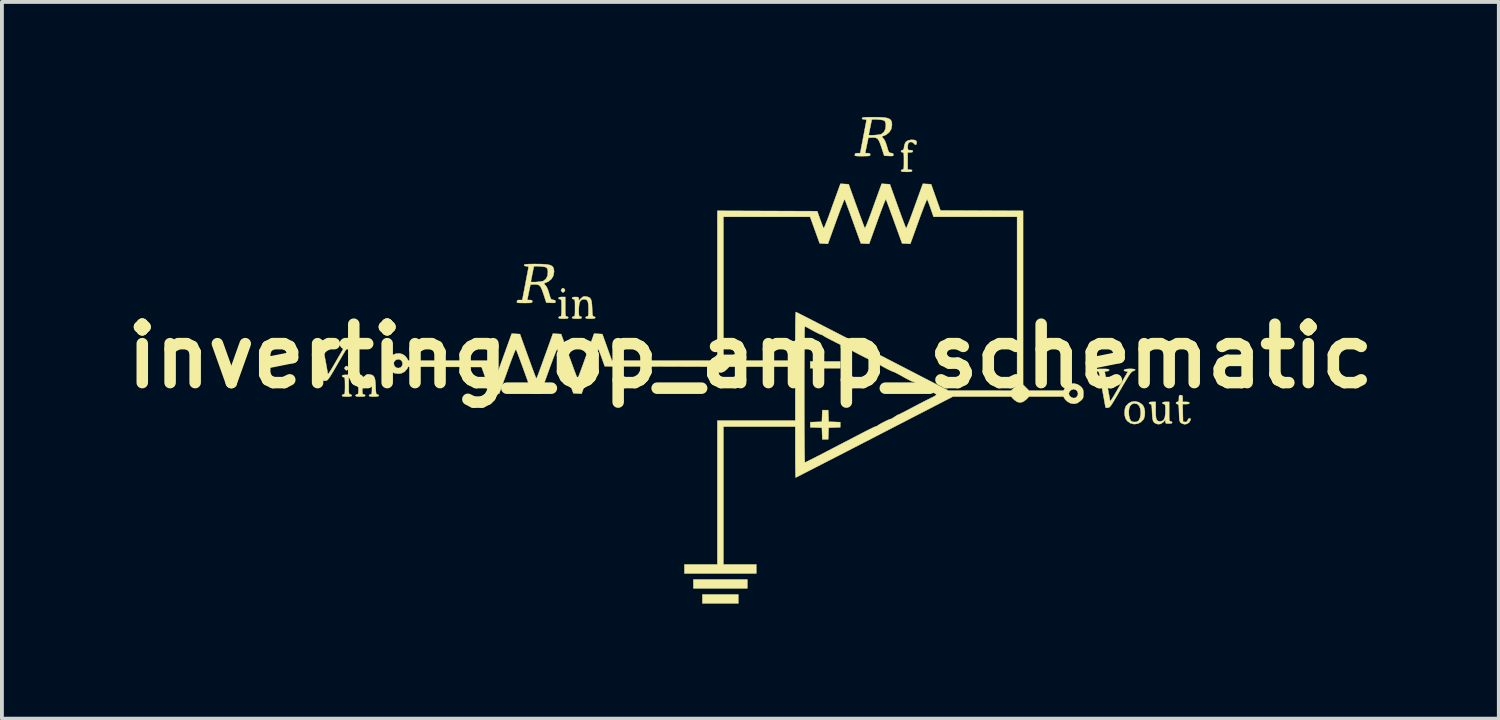
<source format=kicad_pcb>
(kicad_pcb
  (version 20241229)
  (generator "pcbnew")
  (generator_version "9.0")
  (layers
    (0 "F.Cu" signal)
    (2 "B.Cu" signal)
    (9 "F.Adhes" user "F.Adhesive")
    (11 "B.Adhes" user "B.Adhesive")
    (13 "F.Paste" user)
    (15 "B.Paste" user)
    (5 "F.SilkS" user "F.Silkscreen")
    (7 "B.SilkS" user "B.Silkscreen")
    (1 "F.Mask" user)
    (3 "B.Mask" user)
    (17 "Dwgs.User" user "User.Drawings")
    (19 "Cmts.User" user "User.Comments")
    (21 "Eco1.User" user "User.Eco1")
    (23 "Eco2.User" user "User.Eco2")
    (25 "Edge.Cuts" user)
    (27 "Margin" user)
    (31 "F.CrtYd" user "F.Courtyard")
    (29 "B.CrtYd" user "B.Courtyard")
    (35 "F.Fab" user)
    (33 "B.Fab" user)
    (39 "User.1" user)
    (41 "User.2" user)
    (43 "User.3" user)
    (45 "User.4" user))
  (footprint "inverting_op_amp_schematic"
    (layer "F.Cu")
    (at 16.517 6.238)
    (property "Reference" "inverting_op_amp_schematic" (at 0 0 0) (layer "F.SilkS") (effects (font (size 1.524 1.524) (thickness 0.3))))
    (attr through_hole)
    (fp_poly (pts (xy -0.313 6.448) (xy -1.25 6.448) (xy -1.25 6.213) (xy -0.313 6.213) (xy -0.313 6.448)) (stroke (width 0.01) (type solid)) (fill yes) (layer "F.SilkS"))
    (fp_poly (pts (xy -0.078 6.057) (xy -1.485 6.057) (xy -1.485 5.822) (xy -0.078 5.822) (xy -0.078 6.057)) (stroke (width 0.01) (type solid)) (fill yes) (layer "F.SilkS"))
    (fp_poly (pts (xy 2.345 0.313) (xy 1.563 0.313) (xy 1.563 0.137) (xy 2.345 0.137) (xy 2.345 0.313)) (stroke (width 0.01) (type solid)) (fill yes) (layer "F.SilkS"))
    (fp_poly (pts (xy -10.514 0.264) (xy -10.499 0.278) (xy -10.477 0.308) (xy -10.487 0.336) (xy -10.491 0.341) (xy -10.519 0.366) (xy -10.531 0.371) (xy -10.554 0.358) (xy -10.571 0.341) (xy -10.585 0.312) (xy -10.569 0.284) (xy -10.564 0.278) (xy -10.536 0.256) (xy -10.514 0.264)) (stroke (width 0.01) (type solid)) (fill yes) (layer "F.SilkS"))
    (fp_poly (pts (xy -4.867 -1.768) (xy -4.852 -1.754) (xy -4.831 -1.724) (xy -4.841 -1.696) (xy -4.845 -1.691) (xy -4.872 -1.666) (xy -4.885 -1.661) (xy -4.908 -1.674) (xy -4.925 -1.691) (xy -4.939 -1.72) (xy -4.922 -1.748) (xy -4.917 -1.754) (xy -4.89 -1.776) (xy -4.867 -1.768)) (stroke (width 0.01) (type solid)) (fill yes) (layer "F.SilkS"))
    (fp_poly (pts (xy 2.036 1.558) (xy 2.042 1.71) (xy 2.193 1.715) (xy 2.345 1.721) (xy 2.345 1.855) (xy 2.193 1.86) (xy 2.042 1.866) (xy 2.036 2.017) (xy 2.03 2.169) (xy 1.877 2.169) (xy 1.866 1.866) (xy 1.714 1.86) (xy 1.563 1.855) (xy 1.563 1.721) (xy 1.714 1.715) (xy 1.866 1.71) (xy 1.877 1.407) (xy 2.03 1.407) (xy 2.036 1.558)) (stroke (width 0.01) (type solid)) (fill yes) (layer "F.SilkS"))
    (fp_poly (pts (xy -10.473 0.742) (xy -10.472 0.846) (xy -10.471 0.917) (xy -10.467 0.961) (xy -10.46 0.985) (xy -10.448 0.995) (xy -10.434 0.996) (xy -10.402 1.009) (xy -10.394 1.026) (xy -10.403 1.042) (xy -10.433 1.051) (xy -10.493 1.055) (xy -10.521 1.055) (xy -10.593 1.053) (xy -10.632 1.046) (xy -10.648 1.032) (xy -10.648 1.026) (xy -10.632 1.002) (xy -10.609 0.996) (xy -10.593 0.994) (xy -10.581 0.983) (xy -10.575 0.955) (xy -10.572 0.905) (xy -10.57 0.827) (xy -10.57 0.772) (xy -10.571 0.675) (xy -10.573 0.611) (xy -10.577 0.573) (xy -10.586 0.554) (xy -10.6 0.548) (xy -10.609 0.547) (xy -10.641 0.535) (xy -10.648 0.518) (xy -10.637 0.498) (xy -10.598 0.49) (xy -10.561 0.488) (xy -10.473 0.488) (xy -10.473 0.742)) (stroke (width 0.01) (type solid)) (fill yes) (layer "F.SilkS"))
    (fp_poly (pts (xy -4.826 -1.29) (xy -4.826 -1.186) (xy -4.824 -1.115) (xy -4.82 -1.071) (xy -4.813 -1.047) (xy -4.802 -1.037) (xy -4.787 -1.036) (xy -4.755 -1.023) (xy -4.748 -1.006) (xy -4.756 -0.99) (xy -4.787 -0.981) (xy -4.846 -0.977) (xy -4.875 -0.977) (xy -4.946 -0.979) (xy -4.986 -0.986) (xy -5.001 -1) (xy -5.002 -1.006) (xy -4.986 -1.03) (xy -4.963 -1.036) (xy -4.946 -1.038) (xy -4.935 -1.049) (xy -4.928 -1.077) (xy -4.925 -1.127) (xy -4.924 -1.205) (xy -4.924 -1.26) (xy -4.924 -1.357) (xy -4.926 -1.421) (xy -4.931 -1.459) (xy -4.94 -1.478) (xy -4.953 -1.484) (xy -4.963 -1.485) (xy -4.995 -1.497) (xy -5.002 -1.514) (xy -4.99 -1.534) (xy -4.951 -1.542) (xy -4.914 -1.544) (xy -4.826 -1.544) (xy -4.826 -1.29)) (stroke (width 0.01) (type solid)) (fill yes) (layer "F.SilkS"))
    (fp_poly (pts (xy 10.128 1.2) (xy 10.209 1.253) (xy 10.247 1.296) (xy 10.274 1.359) (xy 10.288 1.443) (xy 10.286 1.532) (xy 10.269 1.611) (xy 10.253 1.647) (xy 10.185 1.718) (xy 10.1 1.761) (xy 10.008 1.772) (xy 9.917 1.75) (xy 9.907 1.745) (xy 9.83 1.691) (xy 9.783 1.624) (xy 9.762 1.534) (xy 9.759 1.478) (xy 9.761 1.458) (xy 9.867 1.458) (xy 9.873 1.542) (xy 9.89 1.619) (xy 9.917 1.678) (xy 9.95 1.706) (xy 10.009 1.717) (xy 10.073 1.712) (xy 10.091 1.707) (xy 10.132 1.672) (xy 10.162 1.607) (xy 10.178 1.519) (xy 10.18 1.475) (xy 10.169 1.368) (xy 10.137 1.29) (xy 10.085 1.245) (xy 10.015 1.232) (xy 9.975 1.239) (xy 9.932 1.264) (xy 9.897 1.308) (xy 9.875 1.376) (xy 9.867 1.458) (xy 9.761 1.458) (xy 9.767 1.379) (xy 9.789 1.312) (xy 9.794 1.304) (xy 9.862 1.231) (xy 9.946 1.189) (xy 10.037 1.179) (xy 10.128 1.2)) (stroke (width 0.01) (type solid)) (fill yes) (layer "F.SilkS"))
    (fp_poly (pts (xy 11.255 1.02) (xy 11.269 1.038) (xy 11.274 1.08) (xy 11.274 1.104) (xy 11.274 1.192) (xy 11.362 1.192) (xy 11.42 1.196) (xy 11.446 1.209) (xy 11.45 1.221) (xy 11.438 1.24) (xy 11.399 1.249) (xy 11.361 1.25) (xy 11.272 1.25) (xy 11.278 1.48) (xy 11.283 1.71) (xy 11.337 1.716) (xy 11.378 1.713) (xy 11.398 1.685) (xy 11.402 1.672) (xy 11.426 1.631) (xy 11.453 1.622) (xy 11.48 1.629) (xy 11.48 1.659) (xy 11.478 1.666) (xy 11.442 1.729) (xy 11.385 1.766) (xy 11.317 1.776) (xy 11.249 1.753) (xy 11.232 1.741) (xy 11.212 1.722) (xy 11.198 1.698) (xy 11.19 1.663) (xy 11.184 1.607) (xy 11.181 1.523) (xy 11.179 1.477) (xy 11.176 1.38) (xy 11.172 1.315) (xy 11.166 1.276) (xy 11.156 1.257) (xy 11.142 1.251) (xy 11.135 1.25) (xy 11.105 1.238) (xy 11.098 1.221) (xy 11.114 1.197) (xy 11.137 1.192) (xy 11.161 1.186) (xy 11.173 1.162) (xy 11.176 1.11) (xy 11.176 1.104) (xy 11.178 1.05) (xy 11.188 1.024) (xy 11.212 1.016) (xy 11.225 1.016) (xy 11.255 1.02)) (stroke (width 0.01) (type solid)) (fill yes) (layer "F.SilkS"))
    (fp_poly (pts (xy 10.57 1.415) (xy 10.572 1.527) (xy 10.579 1.606) (xy 10.594 1.657) (xy 10.618 1.685) (xy 10.654 1.698) (xy 10.688 1.7) (xy 10.745 1.688) (xy 10.786 1.651) (xy 10.811 1.585) (xy 10.823 1.487) (xy 10.824 1.424) (xy 10.824 1.341) (xy 10.82 1.29) (xy 10.813 1.263) (xy 10.8 1.252) (xy 10.785 1.25) (xy 10.753 1.238) (xy 10.746 1.221) (xy 10.758 1.202) (xy 10.797 1.193) (xy 10.834 1.192) (xy 10.922 1.192) (xy 10.922 1.446) (xy 10.922 1.55) (xy 10.924 1.62) (xy 10.928 1.665) (xy 10.935 1.688) (xy 10.946 1.698) (xy 10.961 1.7) (xy 10.993 1.712) (xy 11 1.729) (xy 10.989 1.748) (xy 10.95 1.757) (xy 10.912 1.758) (xy 10.858 1.756) (xy 10.832 1.746) (xy 10.825 1.723) (xy 10.824 1.711) (xy 10.824 1.664) (xy 10.767 1.721) (xy 10.702 1.766) (xy 10.632 1.774) (xy 10.579 1.759) (xy 10.54 1.738) (xy 10.512 1.708) (xy 10.494 1.661) (xy 10.483 1.591) (xy 10.477 1.49) (xy 10.476 1.463) (xy 10.472 1.369) (xy 10.467 1.308) (xy 10.46 1.272) (xy 10.45 1.255) (xy 10.434 1.251) (xy 10.431 1.25) (xy 10.401 1.238) (xy 10.394 1.221) (xy 10.406 1.202) (xy 10.445 1.193) (xy 10.482 1.192) (xy 10.57 1.192) (xy 10.57 1.415)) (stroke (width 0.01) (type solid)) (fill yes) (layer "F.SilkS"))
    (fp_poly (pts (xy 4.27 -5.639) (xy 4.277 -5.637) (xy 4.32 -5.621) (xy 4.336 -5.592) (xy 4.338 -5.567) (xy 4.328 -5.522) (xy 4.304 -5.512) (xy 4.272 -5.537) (xy 4.264 -5.549) (xy 4.224 -5.58) (xy 4.172 -5.586) (xy 4.127 -5.565) (xy 4.112 -5.531) (xy 4.104 -5.477) (xy 4.103 -5.457) (xy 4.105 -5.405) (xy 4.116 -5.38) (xy 4.145 -5.373) (xy 4.171 -5.373) (xy 4.222 -5.367) (xy 4.24 -5.346) (xy 4.24 -5.344) (xy 4.225 -5.322) (xy 4.178 -5.315) (xy 4.171 -5.314) (xy 4.103 -5.314) (xy 4.103 -4.865) (xy 4.162 -4.865) (xy 4.208 -4.856) (xy 4.22 -4.836) (xy 4.213 -4.82) (xy 4.185 -4.811) (xy 4.13 -4.807) (xy 4.074 -4.806) (xy 3.996 -4.808) (xy 3.951 -4.814) (xy 3.931 -4.825) (xy 3.927 -4.836) (xy 3.944 -4.86) (xy 3.966 -4.865) (xy 3.983 -4.867) (xy 3.994 -4.879) (xy 4.001 -4.906) (xy 4.004 -4.956) (xy 4.005 -5.035) (xy 4.005 -5.09) (xy 4.005 -5.186) (xy 4.003 -5.25) (xy 3.998 -5.289) (xy 3.99 -5.308) (xy 3.976 -5.314) (xy 3.966 -5.314) (xy 3.934 -5.327) (xy 3.927 -5.344) (xy 3.943 -5.368) (xy 3.964 -5.373) (xy 3.988 -5.382) (xy 4.003 -5.413) (xy 4.01 -5.462) (xy 4.024 -5.525) (xy 4.046 -5.577) (xy 4.055 -5.588) (xy 4.11 -5.624) (xy 4.187 -5.642) (xy 4.27 -5.639)) (stroke (width 0.01) (type solid)) (fill yes) (layer "F.SilkS"))
    (fp_poly (pts (xy -10.406 -0.369) (xy -10.369 -0.359) (xy -10.36 -0.347) (xy -10.384 -0.325) (xy -10.421 -0.313) (xy -10.439 -0.306) (xy -10.46 -0.289) (xy -10.485 -0.258) (xy -10.519 -0.211) (xy -10.562 -0.143) (xy -10.618 -0.05) (xy -10.689 0.071) (xy -10.744 0.166) (xy -10.824 0.305) (xy -10.888 0.413) (xy -10.937 0.495) (xy -10.975 0.554) (xy -11.005 0.594) (xy -11.027 0.62) (xy -11.047 0.633) (xy -11.065 0.64) (xy -11.076 0.641) (xy -11.118 0.641) (xy -11.137 0.633) (xy -11.137 0.632) (xy -11.14 0.609) (xy -11.15 0.555) (xy -11.164 0.476) (xy -11.182 0.378) (xy -11.202 0.268) (xy -11.223 0.154) (xy -11.244 0.04) (xy -11.264 -0.065) (xy -11.281 -0.155) (xy -11.295 -0.225) (xy -11.303 -0.266) (xy -11.304 -0.269) (xy -11.326 -0.304) (xy -11.362 -0.313) (xy -11.401 -0.323) (xy -11.41 -0.342) (xy -11.404 -0.356) (xy -11.38 -0.365) (xy -11.331 -0.369) (xy -11.252 -0.371) (xy -11.225 -0.371) (xy -11.136 -0.37) (xy -11.08 -0.366) (xy -11.05 -0.359) (xy -11.04 -0.346) (xy -11.039 -0.342) (xy -11.057 -0.319) (xy -11.098 -0.313) (xy -11.139 -0.308) (xy -11.156 -0.298) (xy -11.156 -0.298) (xy -11.153 -0.275) (xy -11.143 -0.22) (xy -11.128 -0.139) (xy -11.11 -0.038) (xy -11.088 0.075) (xy -11.066 0.19) (xy -11.048 0.291) (xy -11.033 0.374) (xy -11.023 0.43) (xy -11.02 0.455) (xy -11.017 0.466) (xy -11.007 0.462) (xy -10.988 0.438) (xy -10.958 0.394) (xy -10.915 0.324) (xy -10.858 0.227) (xy -10.784 0.1) (xy -10.764 0.066) (xy -10.551 -0.303) (xy -10.608 -0.309) (xy -10.649 -0.32) (xy -10.656 -0.341) (xy -10.655 -0.343) (xy -10.633 -0.357) (xy -10.586 -0.367) (xy -10.526 -0.372) (xy -10.462 -0.373) (xy -10.406 -0.369)) (stroke (width 0.01) (type solid)) (fill yes) (layer "F.SilkS"))
    (fp_poly (pts (xy 9.992 0.335) (xy 10.029 0.344) (xy 10.038 0.357) (xy 10.014 0.378) (xy 9.977 0.391) (xy 9.959 0.398) (xy 9.939 0.415) (xy 9.913 0.445) (xy 9.879 0.492) (xy 9.836 0.561) (xy 9.78 0.654) (xy 9.709 0.774) (xy 9.654 0.869) (xy 9.574 1.008) (xy 9.51 1.116) (xy 9.461 1.198) (xy 9.423 1.258) (xy 9.394 1.298) (xy 9.371 1.323) (xy 9.351 1.337) (xy 9.333 1.343) (xy 9.322 1.345) (xy 9.28 1.344) (xy 9.261 1.336) (xy 9.261 1.335) (xy 9.258 1.313) (xy 9.248 1.259) (xy 9.234 1.179) (xy 9.216 1.081) (xy 9.196 0.972) (xy 9.175 0.857) (xy 9.154 0.744) (xy 9.134 0.638) (xy 9.117 0.548) (xy 9.104 0.479) (xy 9.095 0.438) (xy 9.095 0.435) (xy 9.073 0.399) (xy 9.036 0.391) (xy 8.997 0.381) (xy 8.988 0.361) (xy 8.994 0.347) (xy 9.019 0.339) (xy 9.067 0.334) (xy 9.146 0.332) (xy 9.173 0.332) (xy 9.262 0.333) (xy 9.318 0.337) (xy 9.348 0.345) (xy 9.359 0.357) (xy 9.359 0.361) (xy 9.341 0.385) (xy 9.3 0.391) (xy 9.259 0.395) (xy 9.242 0.405) (xy 9.242 0.406) (xy 9.245 0.429) (xy 9.255 0.484) (xy 9.27 0.565) (xy 9.289 0.665) (xy 9.31 0.779) (xy 9.332 0.893) (xy 9.35 0.995) (xy 9.365 1.077) (xy 9.375 1.134) (xy 9.378 1.159) (xy 9.381 1.17) (xy 9.391 1.165) (xy 9.41 1.142) (xy 9.44 1.097) (xy 9.483 1.028) (xy 9.54 0.931) (xy 9.614 0.803) (xy 9.634 0.769) (xy 9.847 0.401) (xy 9.79 0.394) (xy 9.749 0.384) (xy 9.742 0.362) (xy 9.743 0.36) (xy 9.765 0.346) (xy 9.812 0.336) (xy 9.872 0.331) (xy 9.936 0.33) (xy 9.992 0.335)) (stroke (width 0.01) (type solid)) (fill yes) (layer "F.SilkS"))
    (fp_poly (pts (xy -9.931 0.476) (xy -9.871 0.49) (xy -9.829 0.514) (xy -9.802 0.556) (xy -9.785 0.619) (xy -9.775 0.712) (xy -9.772 0.782) (xy -9.768 0.876) (xy -9.764 0.938) (xy -9.757 0.974) (xy -9.747 0.992) (xy -9.731 0.996) (xy -9.728 0.996) (xy -9.698 1.009) (xy -9.691 1.026) (xy -9.7 1.042) (xy -9.73 1.051) (xy -9.789 1.055) (xy -9.818 1.055) (xy -9.889 1.053) (xy -9.929 1.046) (xy -9.944 1.032) (xy -9.945 1.026) (xy -9.929 1.002) (xy -9.906 0.996) (xy -9.888 0.994) (xy -9.877 0.981) (xy -9.87 0.951) (xy -9.868 0.896) (xy -9.867 0.81) (xy -9.867 0.804) (xy -9.87 0.697) (xy -9.88 0.624) (xy -9.901 0.578) (xy -9.935 0.554) (xy -9.984 0.547) (xy -9.989 0.547) (xy -10.045 0.56) (xy -10.085 0.6) (xy -10.109 0.671) (xy -10.12 0.775) (xy -10.121 0.823) (xy -10.12 0.906) (xy -10.117 0.957) (xy -10.11 0.984) (xy -10.097 0.995) (xy -10.082 0.996) (xy -10.05 1.009) (xy -10.043 1.026) (xy -10.051 1.042) (xy -10.082 1.051) (xy -10.141 1.055) (xy -10.17 1.055) (xy -10.241 1.053) (xy -10.281 1.046) (xy -10.296 1.032) (xy -10.297 1.026) (xy -10.28 1.002) (xy -10.258 0.996) (xy -10.241 0.994) (xy -10.23 0.983) (xy -10.223 0.955) (xy -10.22 0.905) (xy -10.219 0.827) (xy -10.219 0.772) (xy -10.219 0.675) (xy -10.221 0.611) (xy -10.226 0.573) (xy -10.234 0.554) (xy -10.248 0.548) (xy -10.258 0.547) (xy -10.29 0.535) (xy -10.297 0.518) (xy -10.285 0.498) (xy -10.246 0.49) (xy -10.209 0.488) (xy -10.155 0.491) (xy -10.129 0.501) (xy -10.121 0.524) (xy -10.121 0.536) (xy -10.121 0.583) (xy -10.061 0.524) (xy -10.017 0.486) (xy -9.978 0.472) (xy -9.931 0.476)) (stroke (width 0.01) (type solid)) (fill yes) (layer "F.SilkS"))
    (fp_poly (pts (xy -4.284 -1.556) (xy -4.225 -1.542) (xy -4.183 -1.518) (xy -4.155 -1.476) (xy -4.138 -1.413) (xy -4.129 -1.32) (xy -4.126 -1.25) (xy -4.122 -1.156) (xy -4.117 -1.094) (xy -4.11 -1.058) (xy -4.1 -1.04) (xy -4.085 -1.036) (xy -4.081 -1.036) (xy -4.051 -1.023) (xy -4.044 -1.006) (xy -4.053 -0.99) (xy -4.083 -0.981) (xy -4.143 -0.977) (xy -4.171 -0.977) (xy -4.243 -0.979) (xy -4.282 -0.986) (xy -4.298 -1) (xy -4.298 -1.006) (xy -4.282 -1.03) (xy -4.259 -1.036) (xy -4.241 -1.038) (xy -4.23 -1.051) (xy -4.224 -1.081) (xy -4.221 -1.136) (xy -4.22 -1.222) (xy -4.22 -1.228) (xy -4.223 -1.335) (xy -4.234 -1.408) (xy -4.255 -1.454) (xy -4.288 -1.478) (xy -4.338 -1.485) (xy -4.343 -1.485) (xy -4.398 -1.472) (xy -4.438 -1.432) (xy -4.463 -1.361) (xy -4.473 -1.257) (xy -4.474 -1.209) (xy -4.474 -1.126) (xy -4.47 -1.075) (xy -4.463 -1.048) (xy -4.45 -1.037) (xy -4.435 -1.036) (xy -4.403 -1.023) (xy -4.396 -1.006) (xy -4.405 -0.99) (xy -4.435 -0.981) (xy -4.494 -0.977) (xy -4.523 -0.977) (xy -4.594 -0.979) (xy -4.634 -0.986) (xy -4.649 -1) (xy -4.65 -1.006) (xy -4.634 -1.03) (xy -4.611 -1.036) (xy -4.594 -1.038) (xy -4.583 -1.049) (xy -4.576 -1.077) (xy -4.573 -1.127) (xy -4.572 -1.205) (xy -4.572 -1.26) (xy -4.572 -1.357) (xy -4.574 -1.421) (xy -4.579 -1.459) (xy -4.588 -1.478) (xy -4.602 -1.484) (xy -4.611 -1.485) (xy -4.643 -1.497) (xy -4.65 -1.514) (xy -4.639 -1.534) (xy -4.6 -1.542) (xy -4.562 -1.544) (xy -4.508 -1.541) (xy -4.482 -1.531) (xy -4.475 -1.508) (xy -4.474 -1.496) (xy -4.474 -1.449) (xy -4.415 -1.508) (xy -4.371 -1.546) (xy -4.331 -1.56) (xy -4.284 -1.556)) (stroke (width 0.01) (type solid)) (fill yes) (layer "F.SilkS"))
    (fp_poly (pts (xy -5.438 -2.401) (xy -5.324 -2.394) (xy -5.24 -2.38) (xy -5.182 -2.357) (xy -5.145 -2.322) (xy -5.126 -2.275) (xy -5.119 -2.214) (xy -5.119 -2.199) (xy -5.137 -2.096) (xy -5.189 -2.01) (xy -5.273 -1.943) (xy -5.36 -1.906) (xy -5.381 -1.896) (xy -5.375 -1.88) (xy -5.346 -1.851) (xy -5.309 -1.801) (xy -5.273 -1.717) (xy -5.25 -1.641) (xy -5.227 -1.562) (xy -5.209 -1.512) (xy -5.192 -1.486) (xy -5.17 -1.474) (xy -5.142 -1.469) (xy -5.096 -1.458) (xy -5.08 -1.432) (xy -5.08 -1.424) (xy -5.084 -1.403) (xy -5.101 -1.392) (xy -5.14 -1.389) (xy -5.2 -1.391) (xy -5.321 -1.397) (xy -5.391 -1.612) (xy -5.428 -1.718) (xy -5.46 -1.792) (xy -5.494 -1.838) (xy -5.535 -1.863) (xy -5.588 -1.872) (xy -5.647 -1.871) (xy -5.735 -1.866) (xy -5.818 -1.465) (xy -5.752 -1.465) (xy -5.706 -1.461) (xy -5.687 -1.442) (xy -5.686 -1.426) (xy -5.688 -1.409) (xy -5.7 -1.398) (xy -5.729 -1.391) (xy -5.781 -1.388) (xy -5.864 -1.387) (xy -5.893 -1.387) (xy -5.985 -1.388) (xy -6.045 -1.39) (xy -6.077 -1.396) (xy -6.09 -1.406) (xy -6.088 -1.418) (xy -6.078 -1.449) (xy -6.076 -1.457) (xy -6.059 -1.463) (xy -6.018 -1.465) (xy -6.012 -1.465) (xy -5.947 -1.465) (xy -5.873 -1.851) (xy -5.856 -1.942) (xy -5.725 -1.942) (xy -5.707 -1.934) (xy -5.662 -1.932) (xy -5.599 -1.933) (xy -5.529 -1.939) (xy -5.463 -1.947) (xy -5.412 -1.957) (xy -5.392 -1.964) (xy -5.327 -2.019) (xy -5.288 -2.099) (xy -5.279 -2.2) (xy -5.279 -2.204) (xy -5.287 -2.264) (xy -5.305 -2.299) (xy -5.334 -2.319) (xy -5.369 -2.329) (xy -5.425 -2.337) (xy -5.491 -2.343) (xy -5.557 -2.346) (xy -5.611 -2.345) (xy -5.643 -2.341) (xy -5.647 -2.337) (xy -5.65 -2.316) (xy -5.66 -2.265) (xy -5.675 -2.193) (xy -5.686 -2.139) (xy -5.702 -2.058) (xy -5.715 -1.993) (xy -5.723 -1.952) (xy -5.725 -1.942) (xy -5.856 -1.942) (xy -5.85 -1.973) (xy -5.829 -2.084) (xy -5.811 -2.178) (xy -5.797 -2.249) (xy -5.79 -2.288) (xy -5.789 -2.291) (xy -5.786 -2.328) (xy -5.803 -2.342) (xy -5.84 -2.345) (xy -5.887 -2.353) (xy -5.901 -2.374) (xy -5.895 -2.385) (xy -5.876 -2.393) (xy -5.838 -2.398) (xy -5.776 -2.401) (xy -5.684 -2.403) (xy -5.587 -2.403) (xy -5.438 -2.401)) (stroke (width 0.01) (type solid)) (fill yes) (layer "F.SilkS"))
    (fp_poly (pts (xy 3.374 -6.231) (xy 3.488 -6.224) (xy 3.572 -6.209) (xy 3.63 -6.186) (xy 3.667 -6.152) (xy 3.686 -6.105) (xy 3.693 -6.043) (xy 3.693 -6.028) (xy 3.675 -5.925) (xy 3.623 -5.839) (xy 3.539 -5.773) (xy 3.452 -5.736) (xy 3.431 -5.726) (xy 3.436 -5.71) (xy 3.466 -5.681) (xy 3.503 -5.631) (xy 3.538 -5.547) (xy 3.562 -5.471) (xy 3.585 -5.391) (xy 3.603 -5.342) (xy 3.62 -5.315) (xy 3.641 -5.303) (xy 3.67 -5.299) (xy 3.716 -5.287) (xy 3.731 -5.261) (xy 3.732 -5.254) (xy 3.728 -5.232) (xy 3.711 -5.222) (xy 3.671 -5.219) (xy 3.611 -5.221) (xy 3.491 -5.227) (xy 3.421 -5.441) (xy 3.384 -5.548) (xy 3.352 -5.621) (xy 3.318 -5.668) (xy 3.277 -5.693) (xy 3.224 -5.702) (xy 3.165 -5.701) (xy 3.077 -5.695) (xy 2.994 -5.295) (xy 3.06 -5.295) (xy 3.106 -5.29) (xy 3.124 -5.272) (xy 3.126 -5.256) (xy 3.124 -5.238) (xy 3.111 -5.227) (xy 3.083 -5.221) (xy 3.03 -5.218) (xy 2.948 -5.217) (xy 2.919 -5.217) (xy 2.827 -5.217) (xy 2.767 -5.22) (xy 2.734 -5.226) (xy 2.722 -5.235) (xy 2.724 -5.248) (xy 2.734 -5.279) (xy 2.735 -5.287) (xy 2.753 -5.292) (xy 2.794 -5.295) (xy 2.8 -5.295) (xy 2.865 -5.295) (xy 2.939 -5.681) (xy 2.956 -5.771) (xy 3.087 -5.771) (xy 3.105 -5.764) (xy 3.15 -5.761) (xy 3.213 -5.763) (xy 3.283 -5.768) (xy 3.349 -5.776) (xy 3.4 -5.786) (xy 3.42 -5.793) (xy 3.485 -5.848) (xy 3.524 -5.928) (xy 3.533 -6.029) (xy 3.533 -6.033) (xy 3.525 -6.094) (xy 3.507 -6.129) (xy 3.478 -6.149) (xy 3.443 -6.159) (xy 3.387 -6.166) (xy 3.321 -6.172) (xy 3.255 -6.175) (xy 3.201 -6.175) (xy 3.169 -6.17) (xy 3.165 -6.167) (xy 3.162 -6.145) (xy 3.152 -6.095) (xy 3.137 -6.023) (xy 3.126 -5.969) (xy 3.11 -5.888) (xy 3.097 -5.823) (xy 3.089 -5.781) (xy 3.087 -5.771) (xy 2.956 -5.771) (xy 2.962 -5.802) (xy 2.983 -5.913) (xy 3.001 -6.008) (xy 3.015 -6.078) (xy 3.022 -6.118) (xy 3.023 -6.12) (xy 3.026 -6.158) (xy 3.009 -6.172) (xy 2.972 -6.174) (xy 2.925 -6.182) (xy 2.911 -6.203) (xy 2.916 -6.215) (xy 2.935 -6.223) (xy 2.974 -6.228) (xy 3.036 -6.231) (xy 3.128 -6.232) (xy 3.225 -6.233) (xy 3.374 -6.231)) (stroke (width 0.01) (type solid)) (fill yes) (layer "F.SilkS"))
    (fp_poly (pts (xy 4.714 -4.484) (xy 4.958 -3.8) (xy 6.035 -3.795) (xy 7.112 -3.79) (xy 7.112 0.742) (xy 7.19 0.821) (xy 7.268 0.899) (xy 8.164 0.899) (xy 8.205 0.832) (xy 8.269 0.762) (xy 8.35 0.722) (xy 8.44 0.713) (xy 8.531 0.735) (xy 8.613 0.788) (xy 8.627 0.802) (xy 8.66 0.842) (xy 8.678 0.881) (xy 8.684 0.936) (xy 8.685 0.98) (xy 8.683 1.047) (xy 8.674 1.091) (xy 8.651 1.126) (xy 8.613 1.163) (xy 8.528 1.223) (xy 8.442 1.244) (xy 8.352 1.228) (xy 8.319 1.214) (xy 8.259 1.176) (xy 8.211 1.13) (xy 8.2 1.114) (xy 8.165 1.055) (xy 7.266 1.055) (xy 7.202 1.122) (xy 7.124 1.185) (xy 7.043 1.209) (xy 6.963 1.194) (xy 6.883 1.14) (xy 6.865 1.122) (xy 6.802 1.055) (xy 5.279 1.055) (xy 3.235 2.11) (xy 2.972 2.246) (xy 2.718 2.377) (xy 2.476 2.502) (xy 2.248 2.619) (xy 2.036 2.728) (xy 1.843 2.827) (xy 1.67 2.916) (xy 1.52 2.993) (xy 1.394 3.057) (xy 1.296 3.108) (xy 1.227 3.143) (xy 1.189 3.162) (xy 1.182 3.165) (xy 1.179 3.146) (xy 1.177 3.093) (xy 1.176 3.01) (xy 1.174 2.9) (xy 1.173 2.77) (xy 1.172 2.623) (xy 1.172 2.501) (xy 1.172 1.837) (xy -0.703 1.837) (xy -0.703 5.432) (xy 0.156 5.432) (xy 0.156 5.666) (xy -1.719 5.666) (xy -1.719 5.432) (xy -0.86 5.432) (xy -0.86 1.68) (xy 1.172 1.68) (xy 1.172 0.866) (xy 1.407 0.866) (xy 1.407 1.094) (xy 1.407 1.32) (xy 1.408 1.542) (xy 1.409 1.755) (xy 1.409 1.957) (xy 1.411 2.145) (xy 1.412 2.314) (xy 1.413 2.462) (xy 1.415 2.586) (xy 1.417 2.681) (xy 1.419 2.744) (xy 1.421 2.773) (xy 1.421 2.774) (xy 1.442 2.765) (xy 1.492 2.741) (xy 1.569 2.702) (xy 1.668 2.652) (xy 1.785 2.592) (xy 1.916 2.525) (xy 2.003 2.479) (xy 2.161 2.397) (xy 2.328 2.31) (xy 2.494 2.224) (xy 2.653 2.142) (xy 2.794 2.068) (xy 2.91 2.008) (xy 2.926 2) (xy 3.033 1.945) (xy 3.127 1.898) (xy 3.203 1.861) (xy 3.256 1.837) (xy 3.281 1.828) (xy 3.282 1.829) (xy 3.294 1.829) (xy 3.317 1.813) (xy 3.35 1.789) (xy 3.406 1.757) (xy 3.473 1.722) (xy 3.542 1.687) (xy 3.603 1.659) (xy 3.645 1.643) (xy 3.655 1.641) (xy 3.682 1.631) (xy 3.728 1.604) (xy 3.761 1.583) (xy 3.811 1.55) (xy 3.848 1.528) (xy 3.86 1.524) (xy 3.871 1.521) (xy 3.895 1.511) (xy 3.935 1.491) (xy 3.996 1.46) (xy 4.08 1.416) (xy 4.192 1.357) (xy 4.308 1.296) (xy 4.414 1.241) (xy 4.531 1.18) (xy 4.643 1.124) (xy 4.689 1.101) (xy 4.771 1.06) (xy 4.821 1.031) (xy 4.846 1.012) (xy 4.849 0.998) (xy 4.838 0.988) (xy 4.819 0.977) (xy 8.304 0.977) (xy 8.321 1.029) (xy 8.364 1.07) (xy 8.419 1.092) (xy 8.475 1.088) (xy 8.491 1.079) (xy 8.534 1.032) (xy 8.546 0.975) (xy 8.531 0.921) (xy 8.492 0.879) (xy 8.432 0.86) (xy 8.426 0.86) (xy 8.374 0.876) (xy 8.329 0.915) (xy 8.305 0.965) (xy 8.304 0.977) (xy 4.819 0.977) (xy 4.798 0.964) (xy 4.745 0.93) (xy 4.736 0.924) (xy 4.695 0.899) (xy 4.672 0.889) (xy 4.67 0.89) (xy 4.654 0.887) (xy 4.614 0.869) (xy 4.556 0.84) (xy 4.491 0.805) (xy 4.426 0.769) (xy 4.369 0.735) (xy 4.33 0.709) (xy 4.328 0.707) (xy 4.282 0.678) (xy 4.244 0.664) (xy 4.241 0.664) (xy 4.212 0.655) (xy 4.158 0.63) (xy 4.084 0.592) (xy 3.999 0.546) (xy 3.985 0.537) (xy 3.9 0.49) (xy 3.827 0.451) (xy 3.772 0.423) (xy 3.742 0.411) (xy 3.74 0.41) (xy 3.713 0.402) (xy 3.662 0.378) (xy 3.595 0.346) (xy 3.524 0.309) (xy 3.458 0.273) (xy 3.406 0.243) (xy 3.38 0.225) (xy 3.346 0.203) (xy 3.291 0.174) (xy 3.253 0.157) (xy 3.17 0.119) (xy 3.064 0.068) (xy 2.945 0.009) (xy 2.825 -0.052) (xy 2.714 -0.111) (xy 2.66 -0.14) (xy 2.597 -0.173) (xy 2.509 -0.219) (xy 2.404 -0.273) (xy 2.293 -0.329) (xy 2.227 -0.361) (xy 2.126 -0.413) (xy 2.034 -0.46) (xy 1.96 -0.5) (xy 1.909 -0.53) (xy 1.89 -0.542) (xy 1.864 -0.561) (xy 1.856 -0.559) (xy 1.84 -0.563) (xy 1.798 -0.581) (xy 1.737 -0.611) (xy 1.665 -0.648) (xy 1.589 -0.689) (xy 1.518 -0.73) (xy 1.493 -0.744) (xy 1.45 -0.765) (xy 1.422 -0.77) (xy 1.42 -0.768) (xy 1.417 -0.747) (xy 1.415 -0.69) (xy 1.414 -0.601) (xy 1.412 -0.484) (xy 1.411 -0.341) (xy 1.41 -0.175) (xy 1.409 0.009) (xy 1.408 0.208) (xy 1.407 0.42) (xy 1.407 0.64) (xy 1.407 0.866) (xy 1.172 0.866) (xy 1.172 0.274) (xy -0.55 0.274) (xy -0.613 0.341) (xy -0.692 0.404) (xy -0.772 0.428) (xy -0.853 0.413) (xy -0.932 0.359) (xy -0.95 0.341) (xy -1.013 0.274) (xy -2.405 0.269) (xy -3.797 0.264) (xy -3.873 0.049) (xy -3.904 -0.037) (xy -3.932 -0.109) (xy -3.953 -0.16) (xy -3.963 -0.18) (xy -3.973 -0.167) (xy -3.994 -0.121) (xy -4.025 -0.048) (xy -4.062 0.048) (xy -4.105 0.161) (xy -4.141 0.259) (xy -4.189 0.394) (xy -4.236 0.524) (xy -4.279 0.642) (xy -4.315 0.743) (xy -4.342 0.817) (xy -4.353 0.846) (xy -4.401 0.979) (xy -4.616 0.967) (xy -4.82 0.401) (xy -4.871 0.26) (xy -4.918 0.13) (xy -4.96 0.018) (xy -4.994 -0.074) (xy -5.02 -0.14) (xy -5.035 -0.175) (xy -5.038 -0.18) (xy -5.048 -0.167) (xy -5.069 -0.121) (xy -5.099 -0.048) (xy -5.137 0.048) (xy -5.179 0.161) (xy -5.215 0.259) (xy -5.264 0.394) (xy -5.311 0.524) (xy -5.353 0.642) (xy -5.39 0.743) (xy -5.417 0.817) (xy -5.427 0.846) (xy -5.476 0.979) (xy -5.69 0.967) (xy -5.894 0.401) (xy -5.945 0.26) (xy -5.993 0.13) (xy -6.034 0.018) (xy -6.069 -0.074) (xy -6.095 -0.14) (xy -6.11 -0.175) (xy -6.112 -0.18) (xy -6.123 -0.167) (xy -6.144 -0.121) (xy -6.174 -0.048) (xy -6.211 0.048) (xy -6.254 0.161) (xy -6.29 0.259) (xy -6.338 0.394) (xy -6.385 0.524) (xy -6.428 0.642) (xy -6.464 0.743) (xy -6.491 0.817) (xy -6.502 0.846) (xy -6.551 0.979) (xy -6.765 0.967) (xy -7.009 0.283) (xy -7.964 0.278) (xy -8.919 0.273) (xy -8.952 0.33) (xy -9.014 0.404) (xy -9.098 0.446) (xy -9.183 0.457) (xy -9.286 0.441) (xy -9.366 0.395) (xy -9.419 0.321) (xy -9.443 0.223) (xy -9.445 0.193) (xy -9.444 0.192) (xy -9.3 0.192) (xy -9.284 0.253) (xy -9.243 0.295) (xy -9.187 0.312) (xy -9.128 0.299) (xy -9.102 0.28) (xy -9.071 0.229) (xy -9.07 0.168) (xy -9.098 0.114) (xy -9.148 0.083) (xy -9.205 0.082) (xy -9.257 0.106) (xy -9.292 0.151) (xy -9.3 0.192) (xy -9.444 0.192) (xy -9.428 0.098) (xy -9.384 0.022) (xy -9.32 -0.033) (xy -9.242 -0.065) (xy -9.159 -0.073) (xy -9.076 -0.053) (xy -9.002 -0.005) (xy -8.952 0.06) (xy -8.919 0.117) (xy -7.874 0.117) (xy -6.829 0.117) (xy -6.753 0.337) (xy -6.722 0.424) (xy -6.694 0.498) (xy -6.674 0.55) (xy -6.662 0.573) (xy -6.658 0.576) (xy -6.653 0.574) (xy -6.646 0.564) (xy -6.635 0.542) (xy -6.62 0.505) (xy -6.599 0.45) (xy -6.57 0.373) (xy -6.533 0.271) (xy -6.486 0.141) (xy -6.428 -0.02) (xy -6.387 -0.133) (xy -6.223 -0.588) (xy -6.116 -0.582) (xy -6.008 -0.576) (xy -5.802 -0.006) (xy -5.751 0.135) (xy -5.704 0.265) (xy -5.662 0.377) (xy -5.628 0.469) (xy -5.602 0.535) (xy -5.588 0.571) (xy -5.585 0.576) (xy -5.581 0.578) (xy -5.577 0.575) (xy -5.569 0.562) (xy -5.558 0.538) (xy -5.542 0.499) (xy -5.52 0.44) (xy -5.491 0.36) (xy -5.452 0.254) (xy -5.404 0.12) (xy -5.344 -0.046) (xy -5.312 -0.133) (xy -5.149 -0.588) (xy -5.041 -0.582) (xy -4.934 -0.576) (xy -4.728 -0.006) (xy -4.677 0.135) (xy -4.629 0.265) (xy -4.588 0.377) (xy -4.553 0.469) (xy -4.528 0.535) (xy -4.513 0.571) (xy -4.51 0.576) (xy -4.507 0.578) (xy -4.502 0.575) (xy -4.495 0.562) (xy -4.484 0.538) (xy -4.468 0.499) (xy -4.446 0.44) (xy -4.416 0.36) (xy -4.377 0.254) (xy -4.329 0.12) (xy -4.269 -0.046) (xy -4.238 -0.133) (xy -4.074 -0.588) (xy -3.966 -0.582) (xy -3.859 -0.576) (xy -3.61 0.117) (xy -1.016 0.117) (xy -0.86 -0.039) (xy -0.86 -3.634) (xy -0.703 -3.634) (xy -0.703 -0.039) (xy -0.547 0.117) (xy 1.172 0.117) (xy 1.172 -0.518) (xy 1.173 -0.671) (xy 1.174 -0.811) (xy 1.176 -0.932) (xy 1.178 -1.032) (xy 1.181 -1.104) (xy 1.185 -1.145) (xy 1.187 -1.152) (xy 1.206 -1.143) (xy 1.257 -1.118) (xy 1.339 -1.076) (xy 1.449 -1.02) (xy 1.585 -0.951) (xy 1.744 -0.869) (xy 1.925 -0.776) (xy 2.126 -0.673) (xy 2.343 -0.561) (xy 2.576 -0.441) (xy 2.821 -0.315) (xy 3.077 -0.183) (xy 3.185 -0.127) (xy 5.168 0.898) (xy 5.984 0.898) (xy 6.799 0.899) (xy 6.878 0.821) (xy 6.956 0.742) (xy 6.956 -3.634) (xy 5.866 -3.634) (xy 4.777 -3.634) (xy 4.701 -3.854) (xy 4.671 -3.941) (xy 4.643 -4.015) (xy 4.622 -4.067) (xy 4.611 -4.09) (xy 4.601 -4.076) (xy 4.58 -4.03) (xy 4.549 -3.955) (xy 4.51 -3.856) (xy 4.465 -3.737) (xy 4.415 -3.602) (xy 4.385 -3.517) (xy 4.172 -2.929) (xy 4.064 -2.935) (xy 3.957 -2.941) (xy 3.751 -3.511) (xy 3.7 -3.652) (xy 3.652 -3.782) (xy 3.611 -3.894) (xy 3.576 -3.986) (xy 3.551 -4.052) (xy 3.536 -4.088) (xy 3.534 -4.093) (xy 3.524 -4.078) (xy 3.504 -4.031) (xy 3.473 -3.955) (xy 3.435 -3.855) (xy 3.39 -3.736) (xy 3.34 -3.601) (xy 3.31 -3.517) (xy 3.098 -2.929) (xy 2.99 -2.935) (xy 2.882 -2.941) (xy 2.676 -3.511) (xy 2.625 -3.652) (xy 2.578 -3.782) (xy 2.536 -3.894) (xy 2.502 -3.986) (xy 2.476 -4.052) (xy 2.462 -4.088) (xy 2.459 -4.093) (xy 2.45 -4.078) (xy 2.429 -4.031) (xy 2.399 -3.955) (xy 2.36 -3.855) (xy 2.315 -3.736) (xy 2.266 -3.601) (xy 2.235 -3.517) (xy 2.023 -2.929) (xy 1.916 -2.935) (xy 1.808 -2.941) (xy 1.558 -3.634) (xy -0.703 -3.634) (xy -0.86 -3.634) (xy -0.86 -3.791) (xy 1.745 -3.781) (xy 1.821 -3.566) (xy 1.853 -3.48) (xy 1.88 -3.408) (xy 1.901 -3.357) (xy 1.912 -3.337) (xy 1.922 -3.35) (xy 1.943 -3.396) (xy 1.973 -3.469) (xy 2.011 -3.565) (xy 2.053 -3.678) (xy 2.089 -3.776) (xy 2.137 -3.911) (xy 2.184 -4.041) (xy 2.227 -4.159) (xy 2.264 -4.259) (xy 2.291 -4.334) (xy 2.301 -4.363) (xy 2.35 -4.496) (xy 2.564 -4.484) (xy 2.768 -3.917) (xy 2.82 -3.776) (xy 2.867 -3.647) (xy 2.909 -3.535) (xy 2.943 -3.443) (xy 2.969 -3.377) (xy 2.984 -3.342) (xy 2.986 -3.337) (xy 2.996 -3.35) (xy 3.018 -3.396) (xy 3.048 -3.469) (xy 3.085 -3.565) (xy 3.128 -3.678) (xy 3.164 -3.776) (xy 3.212 -3.911) (xy 3.259 -4.041) (xy 3.302 -4.159) (xy 3.338 -4.259) (xy 3.365 -4.334) (xy 3.376 -4.363) (xy 3.424 -4.496) (xy 3.532 -4.49) (xy 3.639 -4.484) (xy 3.843 -3.917) (xy 3.894 -3.776) (xy 3.941 -3.647) (xy 3.983 -3.535) (xy 4.018 -3.443) (xy 4.043 -3.377) (xy 4.058 -3.342) (xy 4.061 -3.337) (xy 4.071 -3.35) (xy 4.092 -3.396) (xy 4.122 -3.469) (xy 4.16 -3.565) (xy 4.202 -3.678) (xy 4.238 -3.776) (xy 4.287 -3.911) (xy 4.334 -4.041) (xy 4.376 -4.159) (xy 4.413 -4.259) (xy 4.44 -4.334) (xy 4.45 -4.363) (xy 4.499 -4.496) (xy 4.714 -4.484)) (stroke (width 0.01) (type solid)) (fill yes) (layer "F.SilkS")))
  (gr_rect
    (start -3 -3)
    (end 36.035 15.69)
    (stroke (width 0.1) (type default))
    (fill no)
    (layer "Edge.Cuts")))
</source>
